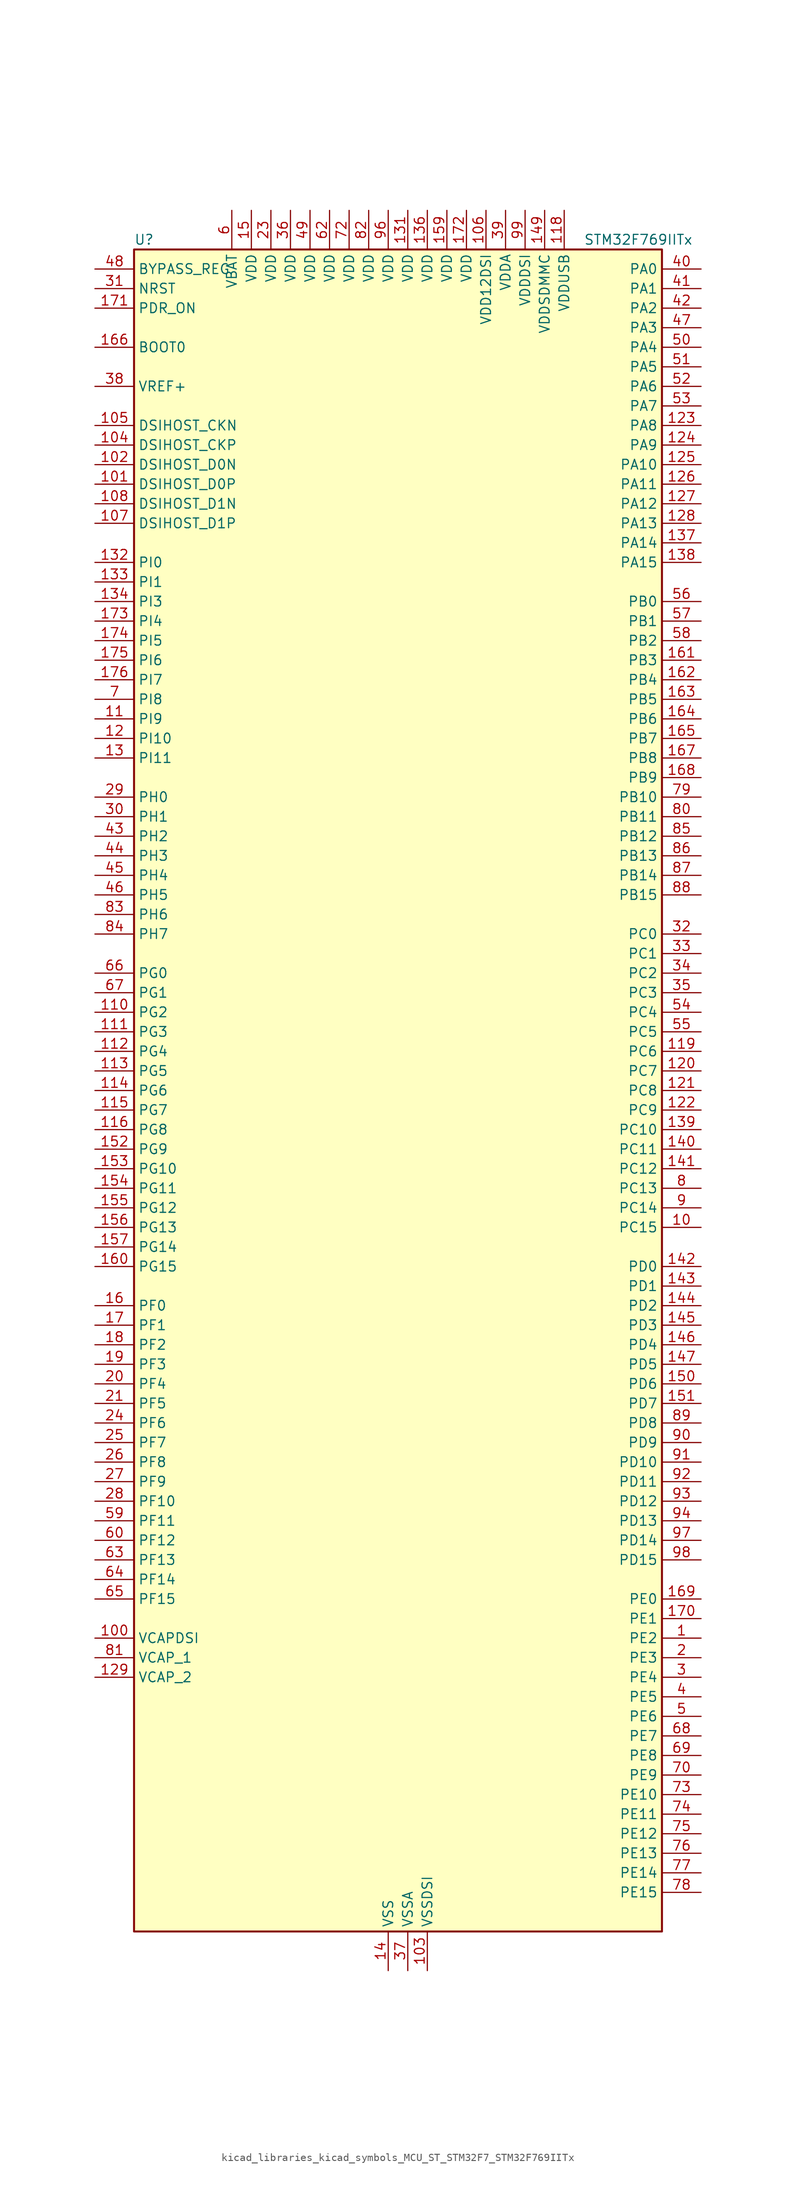
<source format=kicad_sym>
(kicad_symbol_lib
  (version 20220914)
  (generator kicad_symbol_editor)
  (symbol "kicad_libraries_kicad_symbols_MCU_ST_STM32F7_STM32F769IITx"
    (property "Reference" "U"
      (at -33.02 110.49 0)
      (effects (font (size 1.27 1.27)) (justify left)))
    (property "Value" "STM32F769IITx"
      (at 25.4 110.49 0)
      (effects (font (size 1.27 1.27)) (justify left)))
    (property "ki_locked" ""
      (at 0 0 0)
      (effects (font (size 1.27 1.27))))
    (symbol "kicad_libraries_kicad_symbols_MCU_ST_STM32F7_STM32F769IITx_0_1"
      (rectangle (start -33.02 -109.22) (end 35.56 109.22) (stroke (width 0.254) (type default)) (fill (type background))))
    (symbol "kicad_libraries_kicad_symbols_MCU_ST_STM32F7_STM32F769IITx_1_1"
      (pin bidirectional line (at 40.64 -71.12 180) (length 5.08) (name "PE2" (effects (font (size 1.27 1.27)))) (number "1" (effects (font (size 1.27 1.27)))) (alternate "ETH_TXD3" bidirectional line) (alternate "FMC_A23" bidirectional line) (alternate "QUADSPI_BK1_IO2" bidirectional line) (alternate "SAI1_MCLK_A" bidirectional line) (alternate "SPI4_SCK" bidirectional line) (alternate "SYS_TRACECLK" bidirectional line))
      (pin bidirectional line (at 40.64 -17.78 180) (length 5.08) (name "PC15" (effects (font (size 1.27 1.27)))) (number "10" (effects (font (size 1.27 1.27)))) (alternate "RCC_OSC32_OUT" bidirectional line))
      (pin power_out line (at -38.1 -71.12 0) (length 5.08) (name "VCAPDSI" (effects (font (size 1.27 1.27)))) (number "100" (effects (font (size 1.27 1.27)))))
      (pin bidirectional line (at -38.1 78.74 0) (length 5.08) (name "DSIHOST_D0P" (effects (font (size 1.27 1.27)))) (number "101" (effects (font (size 1.27 1.27)))) (alternate "DSIHOST_D0P" bidirectional line))
      (pin bidirectional line (at -38.1 81.28 0) (length 5.08) (name "DSIHOST_D0N" (effects (font (size 1.27 1.27)))) (number "102" (effects (font (size 1.27 1.27)))) (alternate "DSIHOST_D0N" bidirectional line))
      (pin power_in line (at 5.08 -114.3 90) (length 5.08) (name "VSSDSI" (effects (font (size 1.27 1.27)))) (number "103" (effects (font (size 1.27 1.27)))))
      (pin bidirectional line (at -38.1 83.82 0) (length 5.08) (name "DSIHOST_CKP" (effects (font (size 1.27 1.27)))) (number "104" (effects (font (size 1.27 1.27)))) (alternate "DSIHOST_CKP" bidirectional line))
      (pin bidirectional line (at -38.1 86.36 0) (length 5.08) (name "DSIHOST_CKN" (effects (font (size 1.27 1.27)))) (number "105" (effects (font (size 1.27 1.27)))) (alternate "DSIHOST_CKN" bidirectional line))
      (pin power_in line (at 12.7 114.3 270) (length 5.08) (name "VDD12DSI" (effects (font (size 1.27 1.27)))) (number "106" (effects (font (size 1.27 1.27)))))
      (pin bidirectional line (at -38.1 73.66 0) (length 5.08) (name "DSIHOST_D1P" (effects (font (size 1.27 1.27)))) (number "107" (effects (font (size 1.27 1.27)))) (alternate "DSIHOST_D1P" bidirectional line))
      (pin bidirectional line (at -38.1 76.2 0) (length 5.08) (name "DSIHOST_D1N" (effects (font (size 1.27 1.27)))) (number "108" (effects (font (size 1.27 1.27)))) (alternate "DSIHOST_D1N" bidirectional line))
      (pin passive line (at 5.08 -114.3 90) (length 5.08) hide (name "VSSDSI" (effects (font (size 1.27 1.27)))) (number "109" (effects (font (size 1.27 1.27)))))
      (pin bidirectional line (at -38.1 48.26 0) (length 5.08) (name "PI9" (effects (font (size 1.27 1.27)))) (number "11" (effects (font (size 1.27 1.27)))) (alternate "CAN1_RX" bidirectional line) (alternate "DAC_EXTI9" bidirectional line) (alternate "FMC_D30" bidirectional line) (alternate "LTDC_VSYNC" bidirectional line) (alternate "UART4_RX" bidirectional line))
      (pin bidirectional line (at -38.1 10.16 0) (length 5.08) (name "PG2" (effects (font (size 1.27 1.27)))) (number "110" (effects (font (size 1.27 1.27)))) (alternate "FMC_A12" bidirectional line))
      (pin bidirectional line (at -38.1 7.62 0) (length 5.08) (name "PG3" (effects (font (size 1.27 1.27)))) (number "111" (effects (font (size 1.27 1.27)))) (alternate "FMC_A13" bidirectional line))
      (pin bidirectional line (at -38.1 5.08 0) (length 5.08) (name "PG4" (effects (font (size 1.27 1.27)))) (number "112" (effects (font (size 1.27 1.27)))) (alternate "FMC_A14" bidirectional line) (alternate "FMC_BA0" bidirectional line))
      (pin bidirectional line (at -38.1 2.54 0) (length 5.08) (name "PG5" (effects (font (size 1.27 1.27)))) (number "113" (effects (font (size 1.27 1.27)))) (alternate "FMC_A15" bidirectional line) (alternate "FMC_BA1" bidirectional line))
      (pin bidirectional line (at -38.1 0 0) (length 5.08) (name "PG6" (effects (font (size 1.27 1.27)))) (number "114" (effects (font (size 1.27 1.27)))) (alternate "DCMI_D12" bidirectional line) (alternate "FMC_NE3" bidirectional line) (alternate "LTDC_R7" bidirectional line))
      (pin bidirectional line (at -38.1 -2.54 0) (length 5.08) (name "PG7" (effects (font (size 1.27 1.27)))) (number "115" (effects (font (size 1.27 1.27)))) (alternate "DCMI_D13" bidirectional line) (alternate "FMC_INT" bidirectional line) (alternate "LTDC_CLK" bidirectional line) (alternate "SAI1_MCLK_A" bidirectional line) (alternate "USART6_CK" bidirectional line))
      (pin bidirectional line (at -38.1 -5.08 0) (length 5.08) (name "PG8" (effects (font (size 1.27 1.27)))) (number "116" (effects (font (size 1.27 1.27)))) (alternate "ETH_PPS_OUT" bidirectional line) (alternate "FMC_SDCLK" bidirectional line) (alternate "LTDC_G7" bidirectional line) (alternate "SPDIFRX_IN2" bidirectional line) (alternate "SPI6_NSS" bidirectional line) (alternate "USART6_DE" bidirectional line) (alternate "USART6_RTS" bidirectional line))
      (pin passive line (at 0 -114.3 90) (length 5.08) hide (name "VSS" (effects (font (size 1.27 1.27)))) (number "117" (effects (font (size 1.27 1.27)))))
      (pin power_in line (at 22.86 114.3 270) (length 5.08) (name "VDDUSB" (effects (font (size 1.27 1.27)))) (number "118" (effects (font (size 1.27 1.27)))))
      (pin bidirectional line (at 40.64 5.08 180) (length 5.08) (name "PC6" (effects (font (size 1.27 1.27)))) (number "119" (effects (font (size 1.27 1.27)))) (alternate "DCMI_D0" bidirectional line) (alternate "DFSDM1_CKIN3" bidirectional line) (alternate "FMC_NWAIT" bidirectional line) (alternate "I2S2_MCK" bidirectional line) (alternate "LTDC_HSYNC" bidirectional line) (alternate "SDMMC1_D6" bidirectional line) (alternate "SDMMC2_D6" bidirectional line) (alternate "TIM3_CH1" bidirectional line) (alternate "TIM8_CH1" bidirectional line) (alternate "USART6_TX" bidirectional line))
      (pin bidirectional line (at -38.1 45.72 0) (length 5.08) (name "PI10" (effects (font (size 1.27 1.27)))) (number "12" (effects (font (size 1.27 1.27)))) (alternate "ETH_RX_ER" bidirectional line) (alternate "FMC_D31" bidirectional line) (alternate "LTDC_HSYNC" bidirectional line))
      (pin bidirectional line (at 40.64 2.54 180) (length 5.08) (name "PC7" (effects (font (size 1.27 1.27)))) (number "120" (effects (font (size 1.27 1.27)))) (alternate "DCMI_D1" bidirectional line) (alternate "DFSDM1_DATIN3" bidirectional line) (alternate "FMC_NE1" bidirectional line) (alternate "I2S3_MCK" bidirectional line) (alternate "LTDC_G6" bidirectional line) (alternate "SDMMC1_D7" bidirectional line) (alternate "SDMMC2_D7" bidirectional line) (alternate "TIM3_CH2" bidirectional line) (alternate "TIM8_CH2" bidirectional line) (alternate "USART6_RX" bidirectional line))
      (pin bidirectional line (at 40.64 0 180) (length 5.08) (name "PC8" (effects (font (size 1.27 1.27)))) (number "121" (effects (font (size 1.27 1.27)))) (alternate "DCMI_D2" bidirectional line) (alternate "FMC_NCE" bidirectional line) (alternate "FMC_NE2" bidirectional line) (alternate "SDMMC1_D0" bidirectional line) (alternate "SYS_TRACED1" bidirectional line) (alternate "TIM3_CH3" bidirectional line) (alternate "TIM8_CH3" bidirectional line) (alternate "UART5_DE" bidirectional line) (alternate "UART5_RTS" bidirectional line) (alternate "USART6_CK" bidirectional line))
      (pin bidirectional line (at 40.64 -2.54 180) (length 5.08) (name "PC9" (effects (font (size 1.27 1.27)))) (number "122" (effects (font (size 1.27 1.27)))) (alternate "DAC_EXTI9" bidirectional line) (alternate "DCMI_D3" bidirectional line) (alternate "I2C3_SDA" bidirectional line) (alternate "I2S_CKIN" bidirectional line) (alternate "LTDC_B2" bidirectional line) (alternate "LTDC_G3" bidirectional line) (alternate "QUADSPI_BK1_IO0" bidirectional line) (alternate "RCC_MCO_2" bidirectional line) (alternate "SDMMC1_D1" bidirectional line) (alternate "TIM3_CH4" bidirectional line) (alternate "TIM8_CH4" bidirectional line) (alternate "UART5_CTS" bidirectional line))
      (pin bidirectional line (at 40.64 86.36 180) (length 5.08) (name "PA8" (effects (font (size 1.27 1.27)))) (number "123" (effects (font (size 1.27 1.27)))) (alternate "CAN3_RX" bidirectional line) (alternate "I2C3_SCL" bidirectional line) (alternate "LTDC_B3" bidirectional line) (alternate "LTDC_R6" bidirectional line) (alternate "RCC_MCO_1" bidirectional line) (alternate "TIM1_CH1" bidirectional line) (alternate "TIM8_BKIN2" bidirectional line) (alternate "UART7_RX" bidirectional line) (alternate "USART1_CK" bidirectional line) (alternate "USB_OTG_FS_SOF" bidirectional line))
      (pin bidirectional line (at 40.64 83.82 180) (length 5.08) (name "PA9" (effects (font (size 1.27 1.27)))) (number "124" (effects (font (size 1.27 1.27)))) (alternate "DAC_EXTI9" bidirectional line) (alternate "DCMI_D0" bidirectional line) (alternate "I2C3_SMBA" bidirectional line) (alternate "I2S2_CK" bidirectional line) (alternate "LTDC_R5" bidirectional line) (alternate "SPI2_SCK" bidirectional line) (alternate "TIM1_CH2" bidirectional line) (alternate "USART1_TX" bidirectional line) (alternate "USB_OTG_FS_VBUS" bidirectional line))
      (pin bidirectional line (at 40.64 81.28 180) (length 5.08) (name "PA10" (effects (font (size 1.27 1.27)))) (number "125" (effects (font (size 1.27 1.27)))) (alternate "DCMI_D1" bidirectional line) (alternate "LTDC_B1" bidirectional line) (alternate "LTDC_B4" bidirectional line) (alternate "MDIOS_MDIO" bidirectional line) (alternate "TIM1_CH3" bidirectional line) (alternate "USART1_RX" bidirectional line) (alternate "USB_OTG_FS_ID" bidirectional line))
      (pin bidirectional line (at 40.64 78.74 180) (length 5.08) (name "PA11" (effects (font (size 1.27 1.27)))) (number "126" (effects (font (size 1.27 1.27)))) (alternate "ADC1_EXTI11" bidirectional line) (alternate "ADC2_EXTI11" bidirectional line) (alternate "ADC3_EXTI11" bidirectional line) (alternate "CAN1_RX" bidirectional line) (alternate "I2S2_WS" bidirectional line) (alternate "LTDC_R4" bidirectional line) (alternate "SPI2_NSS" bidirectional line) (alternate "TIM1_CH4" bidirectional line) (alternate "UART4_RX" bidirectional line) (alternate "USART1_CTS" bidirectional line) (alternate "USB_OTG_FS_DM" bidirectional line))
      (pin bidirectional line (at 40.64 76.2 180) (length 5.08) (name "PA12" (effects (font (size 1.27 1.27)))) (number "127" (effects (font (size 1.27 1.27)))) (alternate "CAN1_TX" bidirectional line) (alternate "I2S2_CK" bidirectional line) (alternate "LTDC_R5" bidirectional line) (alternate "SAI2_FS_B" bidirectional line) (alternate "SPI2_SCK" bidirectional line) (alternate "TIM1_ETR" bidirectional line) (alternate "UART4_TX" bidirectional line) (alternate "USART1_DE" bidirectional line) (alternate "USART1_RTS" bidirectional line) (alternate "USB_OTG_FS_DP" bidirectional line))
      (pin bidirectional line (at 40.64 73.66 180) (length 5.08) (name "PA13" (effects (font (size 1.27 1.27)))) (number "128" (effects (font (size 1.27 1.27)))) (alternate "SYS_JTMS-SWDIO" bidirectional line))
      (pin power_out line (at -38.1 -76.2 0) (length 5.08) (name "VCAP_2" (effects (font (size 1.27 1.27)))) (number "129" (effects (font (size 1.27 1.27)))))
      (pin bidirectional line (at -38.1 43.18 0) (length 5.08) (name "PI11" (effects (font (size 1.27 1.27)))) (number "13" (effects (font (size 1.27 1.27)))) (alternate "ADC1_EXTI11" bidirectional line) (alternate "ADC2_EXTI11" bidirectional line) (alternate "ADC3_EXTI11" bidirectional line) (alternate "LTDC_G6" bidirectional line) (alternate "SYS_WKUP6" bidirectional line) (alternate "USB_OTG_HS_ULPI_DIR" bidirectional line))
      (pin passive line (at 0 -114.3 90) (length 5.08) hide (name "VSS" (effects (font (size 1.27 1.27)))) (number "130" (effects (font (size 1.27 1.27)))))
      (pin power_in line (at 2.54 114.3 270) (length 5.08) (name "VDD" (effects (font (size 1.27 1.27)))) (number "131" (effects (font (size 1.27 1.27)))))
      (pin bidirectional line (at -38.1 68.58 0) (length 5.08) (name "PI0" (effects (font (size 1.27 1.27)))) (number "132" (effects (font (size 1.27 1.27)))) (alternate "DCMI_D13" bidirectional line) (alternate "FMC_D24" bidirectional line) (alternate "I2S2_WS" bidirectional line) (alternate "LTDC_G5" bidirectional line) (alternate "SPI2_NSS" bidirectional line) (alternate "TIM5_CH4" bidirectional line))
      (pin bidirectional line (at -38.1 66.04 0) (length 5.08) (name "PI1" (effects (font (size 1.27 1.27)))) (number "133" (effects (font (size 1.27 1.27)))) (alternate "DCMI_D8" bidirectional line) (alternate "FMC_D25" bidirectional line) (alternate "I2S2_CK" bidirectional line) (alternate "LTDC_G6" bidirectional line) (alternate "SPI2_SCK" bidirectional line) (alternate "TIM8_BKIN2" bidirectional line))
      (pin bidirectional line (at -38.1 63.5 0) (length 5.08) (name "PI3" (effects (font (size 1.27 1.27)))) (number "134" (effects (font (size 1.27 1.27)))) (alternate "DCMI_D10" bidirectional line) (alternate "FMC_D27" bidirectional line) (alternate "I2S2_SD" bidirectional line) (alternate "SPI2_MOSI" bidirectional line) (alternate "TIM8_ETR" bidirectional line))
      (pin passive line (at 0 -114.3 90) (length 5.08) hide (name "VSS" (effects (font (size 1.27 1.27)))) (number "135" (effects (font (size 1.27 1.27)))))
      (pin power_in line (at 5.08 114.3 270) (length 5.08) (name "VDD" (effects (font (size 1.27 1.27)))) (number "136" (effects (font (size 1.27 1.27)))))
      (pin bidirectional line (at 40.64 71.12 180) (length 5.08) (name "PA14" (effects (font (size 1.27 1.27)))) (number "137" (effects (font (size 1.27 1.27)))) (alternate "SYS_JTCK-SWCLK" bidirectional line))
      (pin bidirectional line (at 40.64 68.58 180) (length 5.08) (name "PA15" (effects (font (size 1.27 1.27)))) (number "138" (effects (font (size 1.27 1.27)))) (alternate "CAN3_TX" bidirectional line) (alternate "CEC" bidirectional line) (alternate "I2S1_WS" bidirectional line) (alternate "I2S3_WS" bidirectional line) (alternate "SPI1_NSS" bidirectional line) (alternate "SPI3_NSS" bidirectional line) (alternate "SPI6_NSS" bidirectional line) (alternate "SYS_JTDI" bidirectional line) (alternate "TIM2_CH1" bidirectional line) (alternate "TIM2_ETR" bidirectional line) (alternate "UART4_DE" bidirectional line) (alternate "UART4_RTS" bidirectional line) (alternate "UART7_TX" bidirectional line))
      (pin bidirectional line (at 40.64 -5.08 180) (length 5.08) (name "PC10" (effects (font (size 1.27 1.27)))) (number "139" (effects (font (size 1.27 1.27)))) (alternate "DCMI_D8" bidirectional line) (alternate "DFSDM1_CKIN5" bidirectional line) (alternate "I2S3_CK" bidirectional line) (alternate "LTDC_R2" bidirectional line) (alternate "QUADSPI_BK1_IO1" bidirectional line) (alternate "SDMMC1_D2" bidirectional line) (alternate "SPI3_SCK" bidirectional line) (alternate "UART4_TX" bidirectional line) (alternate "USART3_TX" bidirectional line))
      (pin power_in line (at 0 -114.3 90) (length 5.08) (name "VSS" (effects (font (size 1.27 1.27)))) (number "14" (effects (font (size 1.27 1.27)))))
      (pin bidirectional line (at 40.64 -7.62 180) (length 5.08) (name "PC11" (effects (font (size 1.27 1.27)))) (number "140" (effects (font (size 1.27 1.27)))) (alternate "ADC1_EXTI11" bidirectional line) (alternate "ADC2_EXTI11" bidirectional line) (alternate "ADC3_EXTI11" bidirectional line) (alternate "DCMI_D4" bidirectional line) (alternate "DFSDM1_DATIN5" bidirectional line) (alternate "QUADSPI_BK2_NCS" bidirectional line) (alternate "SDMMC1_D3" bidirectional line) (alternate "SPI3_MISO" bidirectional line) (alternate "UART4_RX" bidirectional line) (alternate "USART3_RX" bidirectional line))
      (pin bidirectional line (at 40.64 -10.16 180) (length 5.08) (name "PC12" (effects (font (size 1.27 1.27)))) (number "141" (effects (font (size 1.27 1.27)))) (alternate "DCMI_D9" bidirectional line) (alternate "I2S3_SD" bidirectional line) (alternate "SDMMC1_CK" bidirectional line) (alternate "SPI3_MOSI" bidirectional line) (alternate "SYS_TRACED3" bidirectional line) (alternate "UART5_TX" bidirectional line) (alternate "USART3_CK" bidirectional line))
      (pin bidirectional line (at 40.64 -22.86 180) (length 5.08) (name "PD0" (effects (font (size 1.27 1.27)))) (number "142" (effects (font (size 1.27 1.27)))) (alternate "CAN1_RX" bidirectional line) (alternate "DFSDM1_CKIN6" bidirectional line) (alternate "DFSDM1_DATIN7" bidirectional line) (alternate "FMC_D2" bidirectional line) (alternate "FMC_DA2" bidirectional line) (alternate "UART4_RX" bidirectional line))
      (pin bidirectional line (at 40.64 -25.4 180) (length 5.08) (name "PD1" (effects (font (size 1.27 1.27)))) (number "143" (effects (font (size 1.27 1.27)))) (alternate "CAN1_TX" bidirectional line) (alternate "DFSDM1_CKIN7" bidirectional line) (alternate "DFSDM1_DATIN6" bidirectional line) (alternate "FMC_D3" bidirectional line) (alternate "FMC_DA3" bidirectional line) (alternate "UART4_TX" bidirectional line))
      (pin bidirectional line (at 40.64 -27.94 180) (length 5.08) (name "PD2" (effects (font (size 1.27 1.27)))) (number "144" (effects (font (size 1.27 1.27)))) (alternate "DCMI_D11" bidirectional line) (alternate "SDMMC1_CMD" bidirectional line) (alternate "SYS_TRACED2" bidirectional line) (alternate "TIM3_ETR" bidirectional line) (alternate "UART5_RX" bidirectional line))
      (pin bidirectional line (at 40.64 -30.48 180) (length 5.08) (name "PD3" (effects (font (size 1.27 1.27)))) (number "145" (effects (font (size 1.27 1.27)))) (alternate "DCMI_D5" bidirectional line) (alternate "DFSDM1_CKOUT" bidirectional line) (alternate "DFSDM1_DATIN0" bidirectional line) (alternate "FMC_CLK" bidirectional line) (alternate "I2S2_CK" bidirectional line) (alternate "LTDC_G7" bidirectional line) (alternate "SPI2_SCK" bidirectional line) (alternate "USART2_CTS" bidirectional line))
      (pin bidirectional line (at 40.64 -33.02 180) (length 5.08) (name "PD4" (effects (font (size 1.27 1.27)))) (number "146" (effects (font (size 1.27 1.27)))) (alternate "DFSDM1_CKIN0" bidirectional line) (alternate "FMC_NOE" bidirectional line) (alternate "USART2_DE" bidirectional line) (alternate "USART2_RTS" bidirectional line))
      (pin bidirectional line (at 40.64 -35.56 180) (length 5.08) (name "PD5" (effects (font (size 1.27 1.27)))) (number "147" (effects (font (size 1.27 1.27)))) (alternate "FMC_NWE" bidirectional line) (alternate "USART2_TX" bidirectional line))
      (pin passive line (at 0 -114.3 90) (length 5.08) hide (name "VSS" (effects (font (size 1.27 1.27)))) (number "148" (effects (font (size 1.27 1.27)))))
      (pin power_in line (at 20.32 114.3 270) (length 5.08) (name "VDDSDMMC" (effects (font (size 1.27 1.27)))) (number "149" (effects (font (size 1.27 1.27)))))
      (pin power_in line (at -17.78 114.3 270) (length 5.08) (name "VDD" (effects (font (size 1.27 1.27)))) (number "15" (effects (font (size 1.27 1.27)))))
      (pin bidirectional line (at 40.64 -38.1 180) (length 5.08) (name "PD6" (effects (font (size 1.27 1.27)))) (number "150" (effects (font (size 1.27 1.27)))) (alternate "DCMI_D10" bidirectional line) (alternate "DFSDM1_CKIN4" bidirectional line) (alternate "DFSDM1_DATIN1" bidirectional line) (alternate "FMC_NWAIT" bidirectional line) (alternate "I2S3_SD" bidirectional line) (alternate "LTDC_B2" bidirectional line) (alternate "SAI1_SD_A" bidirectional line) (alternate "SDMMC2_CK" bidirectional line) (alternate "SPI3_MOSI" bidirectional line) (alternate "USART2_RX" bidirectional line))
      (pin bidirectional line (at 40.64 -40.64 180) (length 5.08) (name "PD7" (effects (font (size 1.27 1.27)))) (number "151" (effects (font (size 1.27 1.27)))) (alternate "DFSDM1_CKIN1" bidirectional line) (alternate "DFSDM1_DATIN4" bidirectional line) (alternate "FMC_NE1" bidirectional line) (alternate "I2S1_SD" bidirectional line) (alternate "SDMMC2_CMD" bidirectional line) (alternate "SPDIFRX_IN0" bidirectional line) (alternate "SPI1_MOSI" bidirectional line) (alternate "USART2_CK" bidirectional line))
      (pin bidirectional line (at -38.1 -7.62 0) (length 5.08) (name "PG9" (effects (font (size 1.27 1.27)))) (number "152" (effects (font (size 1.27 1.27)))) (alternate "DAC_EXTI9" bidirectional line) (alternate "DCMI_VSYNC" bidirectional line) (alternate "FMC_NCE" bidirectional line) (alternate "FMC_NE2" bidirectional line) (alternate "QUADSPI_BK2_IO2" bidirectional line) (alternate "SAI2_FS_B" bidirectional line) (alternate "SDMMC2_D0" bidirectional line) (alternate "SPDIFRX_IN3" bidirectional line) (alternate "SPI1_MISO" bidirectional line) (alternate "USART6_RX" bidirectional line))
      (pin bidirectional line (at -38.1 -10.16 0) (length 5.08) (name "PG10" (effects (font (size 1.27 1.27)))) (number "153" (effects (font (size 1.27 1.27)))) (alternate "DCMI_D2" bidirectional line) (alternate "FMC_NE3" bidirectional line) (alternate "I2S1_WS" bidirectional line) (alternate "LTDC_B2" bidirectional line) (alternate "LTDC_G3" bidirectional line) (alternate "SAI2_SD_B" bidirectional line) (alternate "SDMMC2_D1" bidirectional line) (alternate "SPI1_NSS" bidirectional line))
      (pin bidirectional line (at -38.1 -12.7 0) (length 5.08) (name "PG11" (effects (font (size 1.27 1.27)))) (number "154" (effects (font (size 1.27 1.27)))) (alternate "ADC1_EXTI11" bidirectional line) (alternate "ADC2_EXTI11" bidirectional line) (alternate "ADC3_EXTI11" bidirectional line) (alternate "DCMI_D3" bidirectional line) (alternate "ETH_TX_EN" bidirectional line) (alternate "I2S1_CK" bidirectional line) (alternate "LTDC_B3" bidirectional line) (alternate "SDMMC2_D2" bidirectional line) (alternate "SPDIFRX_IN0" bidirectional line) (alternate "SPI1_SCK" bidirectional line))
      (pin bidirectional line (at -38.1 -15.24 0) (length 5.08) (name "PG12" (effects (font (size 1.27 1.27)))) (number "155" (effects (font (size 1.27 1.27)))) (alternate "FMC_NE4" bidirectional line) (alternate "LPTIM1_IN1" bidirectional line) (alternate "LTDC_B1" bidirectional line) (alternate "LTDC_B4" bidirectional line) (alternate "SDMMC2_D3" bidirectional line) (alternate "SPDIFRX_IN1" bidirectional line) (alternate "SPI6_MISO" bidirectional line) (alternate "USART6_DE" bidirectional line) (alternate "USART6_RTS" bidirectional line))
      (pin bidirectional line (at -38.1 -17.78 0) (length 5.08) (name "PG13" (effects (font (size 1.27 1.27)))) (number "156" (effects (font (size 1.27 1.27)))) (alternate "ETH_TXD0" bidirectional line) (alternate "FMC_A24" bidirectional line) (alternate "LPTIM1_OUT" bidirectional line) (alternate "LTDC_R0" bidirectional line) (alternate "SPI6_SCK" bidirectional line) (alternate "SYS_TRACED0" bidirectional line) (alternate "USART6_CTS" bidirectional line))
      (pin bidirectional line (at -38.1 -20.32 0) (length 5.08) (name "PG14" (effects (font (size 1.27 1.27)))) (number "157" (effects (font (size 1.27 1.27)))) (alternate "ETH_TXD1" bidirectional line) (alternate "FMC_A25" bidirectional line) (alternate "LPTIM1_ETR" bidirectional line) (alternate "LTDC_B0" bidirectional line) (alternate "QUADSPI_BK2_IO3" bidirectional line) (alternate "SPI6_MOSI" bidirectional line) (alternate "SYS_TRACED1" bidirectional line) (alternate "USART6_TX" bidirectional line))
      (pin passive line (at 0 -114.3 90) (length 5.08) hide (name "VSS" (effects (font (size 1.27 1.27)))) (number "158" (effects (font (size 1.27 1.27)))))
      (pin power_in line (at 7.62 114.3 270) (length 5.08) (name "VDD" (effects (font (size 1.27 1.27)))) (number "159" (effects (font (size 1.27 1.27)))))
      (pin bidirectional line (at -38.1 -27.94 0) (length 5.08) (name "PF0" (effects (font (size 1.27 1.27)))) (number "16" (effects (font (size 1.27 1.27)))) (alternate "FMC_A0" bidirectional line) (alternate "I2C2_SDA" bidirectional line))
      (pin bidirectional line (at -38.1 -22.86 0) (length 5.08) (name "PG15" (effects (font (size 1.27 1.27)))) (number "160" (effects (font (size 1.27 1.27)))) (alternate "DCMI_D13" bidirectional line) (alternate "FMC_SDNCAS" bidirectional line) (alternate "USART6_CTS" bidirectional line))
      (pin bidirectional line (at 40.64 55.88 180) (length 5.08) (name "PB3" (effects (font (size 1.27 1.27)))) (number "161" (effects (font (size 1.27 1.27)))) (alternate "CAN3_RX" bidirectional line) (alternate "I2S1_CK" bidirectional line) (alternate "I2S3_CK" bidirectional line) (alternate "SDMMC2_D2" bidirectional line) (alternate "SPI1_SCK" bidirectional line) (alternate "SPI3_SCK" bidirectional line) (alternate "SPI6_SCK" bidirectional line) (alternate "SYS_JTDO-SWO" bidirectional line) (alternate "TIM2_CH2" bidirectional line) (alternate "UART7_RX" bidirectional line))
      (pin bidirectional line (at 40.64 53.34 180) (length 5.08) (name "PB4" (effects (font (size 1.27 1.27)))) (number "162" (effects (font (size 1.27 1.27)))) (alternate "CAN3_TX" bidirectional line) (alternate "I2S2_WS" bidirectional line) (alternate "SDMMC2_D3" bidirectional line) (alternate "SPI1_MISO" bidirectional line) (alternate "SPI2_NSS" bidirectional line) (alternate "SPI3_MISO" bidirectional line) (alternate "SPI6_MISO" bidirectional line) (alternate "SYS_JTRST" bidirectional line) (alternate "TIM3_CH1" bidirectional line) (alternate "UART7_TX" bidirectional line))
      (pin bidirectional line (at 40.64 50.8 180) (length 5.08) (name "PB5" (effects (font (size 1.27 1.27)))) (number "163" (effects (font (size 1.27 1.27)))) (alternate "CAN2_RX" bidirectional line) (alternate "DCMI_D10" bidirectional line) (alternate "ETH_PPS_OUT" bidirectional line) (alternate "FMC_SDCKE1" bidirectional line) (alternate "I2C1_SMBA" bidirectional line) (alternate "I2S1_SD" bidirectional line) (alternate "I2S3_SD" bidirectional line) (alternate "LTDC_G7" bidirectional line) (alternate "SPI1_MOSI" bidirectional line) (alternate "SPI3_MOSI" bidirectional line) (alternate "SPI6_MOSI" bidirectional line) (alternate "TIM3_CH2" bidirectional line) (alternate "UART5_RX" bidirectional line) (alternate "USB_OTG_HS_ULPI_D7" bidirectional line))
      (pin bidirectional line (at 40.64 48.26 180) (length 5.08) (name "PB6" (effects (font (size 1.27 1.27)))) (number "164" (effects (font (size 1.27 1.27)))) (alternate "CAN2_TX" bidirectional line) (alternate "CEC" bidirectional line) (alternate "DCMI_D5" bidirectional line) (alternate "DFSDM1_DATIN5" bidirectional line) (alternate "FMC_SDNE1" bidirectional line) (alternate "I2C1_SCL" bidirectional line) (alternate "I2C4_SCL" bidirectional line) (alternate "QUADSPI_BK1_NCS" bidirectional line) (alternate "TIM4_CH1" bidirectional line) (alternate "UART5_TX" bidirectional line) (alternate "USART1_TX" bidirectional line))
      (pin bidirectional line (at 40.64 45.72 180) (length 5.08) (name "PB7" (effects (font (size 1.27 1.27)))) (number "165" (effects (font (size 1.27 1.27)))) (alternate "DCMI_VSYNC" bidirectional line) (alternate "DFSDM1_CKIN5" bidirectional line) (alternate "FMC_NL" bidirectional line) (alternate "I2C1_SDA" bidirectional line) (alternate "I2C4_SDA" bidirectional line) (alternate "TIM4_CH2" bidirectional line) (alternate "USART1_RX" bidirectional line))
      (pin input line (at -38.1 96.52 0) (length 5.08) (name "BOOT0" (effects (font (size 1.27 1.27)))) (number "166" (effects (font (size 1.27 1.27)))))
      (pin bidirectional line (at 40.64 43.18 180) (length 5.08) (name "PB8" (effects (font (size 1.27 1.27)))) (number "167" (effects (font (size 1.27 1.27)))) (alternate "CAN1_RX" bidirectional line) (alternate "DCMI_D6" bidirectional line) (alternate "DFSDM1_CKIN7" bidirectional line) (alternate "ETH_TXD3" bidirectional line) (alternate "I2C1_SCL" bidirectional line) (alternate "I2C4_SCL" bidirectional line) (alternate "LTDC_B6" bidirectional line) (alternate "SDMMC1_D4" bidirectional line) (alternate "SDMMC2_D4" bidirectional line) (alternate "TIM10_CH1" bidirectional line) (alternate "TIM4_CH3" bidirectional line) (alternate "UART5_RX" bidirectional line))
      (pin bidirectional line (at 40.64 40.64 180) (length 5.08) (name "PB9" (effects (font (size 1.27 1.27)))) (number "168" (effects (font (size 1.27 1.27)))) (alternate "CAN1_TX" bidirectional line) (alternate "DAC_EXTI9" bidirectional line) (alternate "DCMI_D7" bidirectional line) (alternate "DFSDM1_DATIN7" bidirectional line) (alternate "I2C1_SDA" bidirectional line) (alternate "I2C4_SDA" bidirectional line) (alternate "I2C4_SMBA" bidirectional line) (alternate "I2S2_WS" bidirectional line) (alternate "LTDC_B7" bidirectional line) (alternate "SDMMC1_D5" bidirectional line) (alternate "SDMMC2_D5" bidirectional line) (alternate "SPI2_NSS" bidirectional line) (alternate "TIM11_CH1" bidirectional line) (alternate "TIM4_CH4" bidirectional line) (alternate "UART5_TX" bidirectional line))
      (pin bidirectional line (at 40.64 -66.04 180) (length 5.08) (name "PE0" (effects (font (size 1.27 1.27)))) (number "169" (effects (font (size 1.27 1.27)))) (alternate "DCMI_D2" bidirectional line) (alternate "FMC_NBL0" bidirectional line) (alternate "LPTIM1_ETR" bidirectional line) (alternate "SAI2_MCLK_A" bidirectional line) (alternate "TIM4_ETR" bidirectional line) (alternate "UART8_RX" bidirectional line))
      (pin bidirectional line (at -38.1 -30.48 0) (length 5.08) (name "PF1" (effects (font (size 1.27 1.27)))) (number "17" (effects (font (size 1.27 1.27)))) (alternate "FMC_A1" bidirectional line) (alternate "I2C2_SCL" bidirectional line))
      (pin bidirectional line (at 40.64 -68.58 180) (length 5.08) (name "PE1" (effects (font (size 1.27 1.27)))) (number "170" (effects (font (size 1.27 1.27)))) (alternate "DCMI_D3" bidirectional line) (alternate "FMC_NBL1" bidirectional line) (alternate "LPTIM1_IN2" bidirectional line) (alternate "UART8_TX" bidirectional line))
      (pin input line (at -38.1 101.6 0) (length 5.08) (name "PDR_ON" (effects (font (size 1.27 1.27)))) (number "171" (effects (font (size 1.27 1.27)))))
      (pin power_in line (at 10.16 114.3 270) (length 5.08) (name "VDD" (effects (font (size 1.27 1.27)))) (number "172" (effects (font (size 1.27 1.27)))))
      (pin bidirectional line (at -38.1 60.96 0) (length 5.08) (name "PI4" (effects (font (size 1.27 1.27)))) (number "173" (effects (font (size 1.27 1.27)))) (alternate "DCMI_D5" bidirectional line) (alternate "FMC_NBL2" bidirectional line) (alternate "LTDC_B4" bidirectional line) (alternate "SAI2_MCLK_A" bidirectional line) (alternate "TIM8_BKIN" bidirectional line))
      (pin bidirectional line (at -38.1 58.42 0) (length 5.08) (name "PI5" (effects (font (size 1.27 1.27)))) (number "174" (effects (font (size 1.27 1.27)))) (alternate "DCMI_VSYNC" bidirectional line) (alternate "FMC_NBL3" bidirectional line) (alternate "LTDC_B5" bidirectional line) (alternate "SAI2_SCK_A" bidirectional line) (alternate "TIM8_CH1" bidirectional line))
      (pin bidirectional line (at -38.1 55.88 0) (length 5.08) (name "PI6" (effects (font (size 1.27 1.27)))) (number "175" (effects (font (size 1.27 1.27)))) (alternate "DCMI_D6" bidirectional line) (alternate "FMC_D28" bidirectional line) (alternate "LTDC_B6" bidirectional line) (alternate "SAI2_SD_A" bidirectional line) (alternate "TIM8_CH2" bidirectional line))
      (pin bidirectional line (at -38.1 53.34 0) (length 5.08) (name "PI7" (effects (font (size 1.27 1.27)))) (number "176" (effects (font (size 1.27 1.27)))) (alternate "DCMI_D7" bidirectional line) (alternate "FMC_D29" bidirectional line) (alternate "LTDC_B7" bidirectional line) (alternate "SAI2_FS_A" bidirectional line) (alternate "TIM8_CH3" bidirectional line))
      (pin bidirectional line (at -38.1 -33.02 0) (length 5.08) (name "PF2" (effects (font (size 1.27 1.27)))) (number "18" (effects (font (size 1.27 1.27)))) (alternate "FMC_A2" bidirectional line) (alternate "I2C2_SMBA" bidirectional line))
      (pin bidirectional line (at -38.1 -35.56 0) (length 5.08) (name "PF3" (effects (font (size 1.27 1.27)))) (number "19" (effects (font (size 1.27 1.27)))) (alternate "ADC3_IN9" bidirectional line) (alternate "FMC_A3" bidirectional line))
      (pin bidirectional line (at 40.64 -73.66 180) (length 5.08) (name "PE3" (effects (font (size 1.27 1.27)))) (number "2" (effects (font (size 1.27 1.27)))) (alternate "FMC_A19" bidirectional line) (alternate "SAI1_SD_B" bidirectional line) (alternate "SYS_TRACED0" bidirectional line))
      (pin bidirectional line (at -38.1 -38.1 0) (length 5.08) (name "PF4" (effects (font (size 1.27 1.27)))) (number "20" (effects (font (size 1.27 1.27)))) (alternate "ADC3_IN14" bidirectional line) (alternate "FMC_A4" bidirectional line))
      (pin bidirectional line (at -38.1 -40.64 0) (length 5.08) (name "PF5" (effects (font (size 1.27 1.27)))) (number "21" (effects (font (size 1.27 1.27)))) (alternate "ADC3_IN15" bidirectional line) (alternate "FMC_A5" bidirectional line))
      (pin passive line (at 0 -114.3 90) (length 5.08) hide (name "VSS" (effects (font (size 1.27 1.27)))) (number "22" (effects (font (size 1.27 1.27)))))
      (pin power_in line (at -15.24 114.3 270) (length 5.08) (name "VDD" (effects (font (size 1.27 1.27)))) (number "23" (effects (font (size 1.27 1.27)))))
      (pin bidirectional line (at -38.1 -43.18 0) (length 5.08) (name "PF6" (effects (font (size 1.27 1.27)))) (number "24" (effects (font (size 1.27 1.27)))) (alternate "ADC3_IN4" bidirectional line) (alternate "QUADSPI_BK1_IO3" bidirectional line) (alternate "SAI1_SD_B" bidirectional line) (alternate "SPI5_NSS" bidirectional line) (alternate "TIM10_CH1" bidirectional line) (alternate "UART7_RX" bidirectional line))
      (pin bidirectional line (at -38.1 -45.72 0) (length 5.08) (name "PF7" (effects (font (size 1.27 1.27)))) (number "25" (effects (font (size 1.27 1.27)))) (alternate "ADC3_IN5" bidirectional line) (alternate "QUADSPI_BK1_IO2" bidirectional line) (alternate "SAI1_MCLK_B" bidirectional line) (alternate "SPI5_SCK" bidirectional line) (alternate "TIM11_CH1" bidirectional line) (alternate "UART7_TX" bidirectional line))
      (pin bidirectional line (at -38.1 -48.26 0) (length 5.08) (name "PF8" (effects (font (size 1.27 1.27)))) (number "26" (effects (font (size 1.27 1.27)))) (alternate "ADC3_IN6" bidirectional line) (alternate "QUADSPI_BK1_IO0" bidirectional line) (alternate "SAI1_SCK_B" bidirectional line) (alternate "SPI5_MISO" bidirectional line) (alternate "TIM13_CH1" bidirectional line) (alternate "UART7_DE" bidirectional line) (alternate "UART7_RTS" bidirectional line))
      (pin bidirectional line (at -38.1 -50.8 0) (length 5.08) (name "PF9" (effects (font (size 1.27 1.27)))) (number "27" (effects (font (size 1.27 1.27)))) (alternate "ADC3_IN7" bidirectional line) (alternate "DAC_EXTI9" bidirectional line) (alternate "QUADSPI_BK1_IO1" bidirectional line) (alternate "SAI1_FS_B" bidirectional line) (alternate "SPI5_MOSI" bidirectional line) (alternate "TIM14_CH1" bidirectional line) (alternate "UART7_CTS" bidirectional line))
      (pin bidirectional line (at -38.1 -53.34 0) (length 5.08) (name "PF10" (effects (font (size 1.27 1.27)))) (number "28" (effects (font (size 1.27 1.27)))) (alternate "ADC3_IN8" bidirectional line) (alternate "DCMI_D11" bidirectional line) (alternate "LTDC_DE" bidirectional line) (alternate "QUADSPI_CLK" bidirectional line))
      (pin bidirectional line (at -38.1 38.1 0) (length 5.08) (name "PH0" (effects (font (size 1.27 1.27)))) (number "29" (effects (font (size 1.27 1.27)))) (alternate "RCC_OSC_IN" bidirectional line))
      (pin bidirectional line (at 40.64 -76.2 180) (length 5.08) (name "PE4" (effects (font (size 1.27 1.27)))) (number "3" (effects (font (size 1.27 1.27)))) (alternate "DCMI_D4" bidirectional line) (alternate "DFSDM1_DATIN3" bidirectional line) (alternate "FMC_A20" bidirectional line) (alternate "LTDC_B0" bidirectional line) (alternate "SAI1_FS_A" bidirectional line) (alternate "SPI4_NSS" bidirectional line) (alternate "SYS_TRACED1" bidirectional line))
      (pin bidirectional line (at -38.1 35.56 0) (length 5.08) (name "PH1" (effects (font (size 1.27 1.27)))) (number "30" (effects (font (size 1.27 1.27)))) (alternate "RCC_OSC_OUT" bidirectional line))
      (pin input line (at -38.1 104.14 0) (length 5.08) (name "NRST" (effects (font (size 1.27 1.27)))) (number "31" (effects (font (size 1.27 1.27)))))
      (pin bidirectional line (at 40.64 20.32 180) (length 5.08) (name "PC0" (effects (font (size 1.27 1.27)))) (number "32" (effects (font (size 1.27 1.27)))) (alternate "ADC1_IN10" bidirectional line) (alternate "ADC2_IN10" bidirectional line) (alternate "ADC3_IN10" bidirectional line) (alternate "DFSDM1_CKIN0" bidirectional line) (alternate "DFSDM1_DATIN4" bidirectional line) (alternate "FMC_SDNWE" bidirectional line) (alternate "LTDC_R5" bidirectional line) (alternate "SAI2_FS_B" bidirectional line) (alternate "USB_OTG_HS_ULPI_STP" bidirectional line))
      (pin bidirectional line (at 40.64 17.78 180) (length 5.08) (name "PC1" (effects (font (size 1.27 1.27)))) (number "33" (effects (font (size 1.27 1.27)))) (alternate "ADC1_IN11" bidirectional line) (alternate "ADC2_IN11" bidirectional line) (alternate "ADC3_IN11" bidirectional line) (alternate "DFSDM1_CKIN4" bidirectional line) (alternate "DFSDM1_DATIN0" bidirectional line) (alternate "ETH_MDC" bidirectional line) (alternate "I2S2_SD" bidirectional line) (alternate "MDIOS_MDC" bidirectional line) (alternate "RTC_TAMP3" bidirectional line) (alternate "RTC_TS" bidirectional line) (alternate "SAI1_SD_A" bidirectional line) (alternate "SPI2_MOSI" bidirectional line) (alternate "SYS_TRACED0" bidirectional line) (alternate "SYS_WKUP3" bidirectional line))
      (pin bidirectional line (at 40.64 15.24 180) (length 5.08) (name "PC2" (effects (font (size 1.27 1.27)))) (number "34" (effects (font (size 1.27 1.27)))) (alternate "ADC1_IN12" bidirectional line) (alternate "ADC2_IN12" bidirectional line) (alternate "ADC3_IN12" bidirectional line) (alternate "DFSDM1_CKIN1" bidirectional line) (alternate "DFSDM1_CKOUT" bidirectional line) (alternate "ETH_TXD2" bidirectional line) (alternate "FMC_SDNE0" bidirectional line) (alternate "SPI2_MISO" bidirectional line) (alternate "USB_OTG_HS_ULPI_DIR" bidirectional line))
      (pin bidirectional line (at 40.64 12.7 180) (length 5.08) (name "PC3" (effects (font (size 1.27 1.27)))) (number "35" (effects (font (size 1.27 1.27)))) (alternate "ADC1_IN13" bidirectional line) (alternate "ADC2_IN13" bidirectional line) (alternate "ADC3_IN13" bidirectional line) (alternate "DFSDM1_DATIN1" bidirectional line) (alternate "ETH_TX_CLK" bidirectional line) (alternate "FMC_SDCKE0" bidirectional line) (alternate "I2S2_SD" bidirectional line) (alternate "SPI2_MOSI" bidirectional line) (alternate "USB_OTG_HS_ULPI_NXT" bidirectional line))
      (pin power_in line (at -12.7 114.3 270) (length 5.08) (name "VDD" (effects (font (size 1.27 1.27)))) (number "36" (effects (font (size 1.27 1.27)))))
      (pin power_in line (at 2.54 -114.3 90) (length 5.08) (name "VSSA" (effects (font (size 1.27 1.27)))) (number "37" (effects (font (size 1.27 1.27)))))
      (pin input line (at -38.1 91.44 0) (length 5.08) (name "VREF+" (effects (font (size 1.27 1.27)))) (number "38" (effects (font (size 1.27 1.27)))))
      (pin power_in line (at 15.24 114.3 270) (length 5.08) (name "VDDA" (effects (font (size 1.27 1.27)))) (number "39" (effects (font (size 1.27 1.27)))))
      (pin bidirectional line (at 40.64 -78.74 180) (length 5.08) (name "PE5" (effects (font (size 1.27 1.27)))) (number "4" (effects (font (size 1.27 1.27)))) (alternate "DCMI_D6" bidirectional line) (alternate "DFSDM1_CKIN3" bidirectional line) (alternate "FMC_A21" bidirectional line) (alternate "LTDC_G0" bidirectional line) (alternate "SAI1_SCK_A" bidirectional line) (alternate "SPI4_MISO" bidirectional line) (alternate "SYS_TRACED2" bidirectional line) (alternate "TIM9_CH1" bidirectional line))
      (pin bidirectional line (at 40.64 106.68 180) (length 5.08) (name "PA0" (effects (font (size 1.27 1.27)))) (number "40" (effects (font (size 1.27 1.27)))) (alternate "ADC1_IN0" bidirectional line) (alternate "ADC2_IN0" bidirectional line) (alternate "ADC3_IN0" bidirectional line) (alternate "ETH_CRS" bidirectional line) (alternate "SAI2_SD_B" bidirectional line) (alternate "SYS_WKUP1" bidirectional line) (alternate "TIM2_CH1" bidirectional line) (alternate "TIM2_ETR" bidirectional line) (alternate "TIM5_CH1" bidirectional line) (alternate "TIM8_ETR" bidirectional line) (alternate "UART4_TX" bidirectional line) (alternate "USART2_CTS" bidirectional line))
      (pin bidirectional line (at 40.64 104.14 180) (length 5.08) (name "PA1" (effects (font (size 1.27 1.27)))) (number "41" (effects (font (size 1.27 1.27)))) (alternate "ADC1_IN1" bidirectional line) (alternate "ADC2_IN1" bidirectional line) (alternate "ADC3_IN1" bidirectional line) (alternate "ETH_REF_CLK" bidirectional line) (alternate "ETH_RX_CLK" bidirectional line) (alternate "LTDC_R2" bidirectional line) (alternate "QUADSPI_BK1_IO3" bidirectional line) (alternate "SAI2_MCLK_B" bidirectional line) (alternate "TIM2_CH2" bidirectional line) (alternate "TIM5_CH2" bidirectional line) (alternate "UART4_RX" bidirectional line) (alternate "USART2_DE" bidirectional line) (alternate "USART2_RTS" bidirectional line))
      (pin bidirectional line (at 40.64 101.6 180) (length 5.08) (name "PA2" (effects (font (size 1.27 1.27)))) (number "42" (effects (font (size 1.27 1.27)))) (alternate "ADC1_IN2" bidirectional line) (alternate "ADC2_IN2" bidirectional line) (alternate "ADC3_IN2" bidirectional line) (alternate "ETH_MDIO" bidirectional line) (alternate "LTDC_R1" bidirectional line) (alternate "MDIOS_MDIO" bidirectional line) (alternate "SAI2_SCK_B" bidirectional line) (alternate "SYS_WKUP2" bidirectional line) (alternate "TIM2_CH3" bidirectional line) (alternate "TIM5_CH3" bidirectional line) (alternate "TIM9_CH1" bidirectional line) (alternate "USART2_TX" bidirectional line))
      (pin bidirectional line (at -38.1 33.02 0) (length 5.08) (name "PH2" (effects (font (size 1.27 1.27)))) (number "43" (effects (font (size 1.27 1.27)))) (alternate "ETH_CRS" bidirectional line) (alternate "FMC_SDCKE0" bidirectional line) (alternate "LPTIM1_IN2" bidirectional line) (alternate "LTDC_R0" bidirectional line) (alternate "QUADSPI_BK2_IO0" bidirectional line) (alternate "SAI2_SCK_B" bidirectional line))
      (pin bidirectional line (at -38.1 30.48 0) (length 5.08) (name "PH3" (effects (font (size 1.27 1.27)))) (number "44" (effects (font (size 1.27 1.27)))) (alternate "ETH_COL" bidirectional line) (alternate "FMC_SDNE0" bidirectional line) (alternate "LTDC_R1" bidirectional line) (alternate "QUADSPI_BK2_IO1" bidirectional line) (alternate "SAI2_MCLK_B" bidirectional line))
      (pin bidirectional line (at -38.1 27.94 0) (length 5.08) (name "PH4" (effects (font (size 1.27 1.27)))) (number "45" (effects (font (size 1.27 1.27)))) (alternate "I2C2_SCL" bidirectional line) (alternate "LTDC_G4" bidirectional line) (alternate "LTDC_G5" bidirectional line) (alternate "USB_OTG_HS_ULPI_NXT" bidirectional line))
      (pin bidirectional line (at -38.1 25.4 0) (length 5.08) (name "PH5" (effects (font (size 1.27 1.27)))) (number "46" (effects (font (size 1.27 1.27)))) (alternate "FMC_SDNWE" bidirectional line) (alternate "I2C2_SDA" bidirectional line) (alternate "SPI5_NSS" bidirectional line))
      (pin bidirectional line (at 40.64 99.06 180) (length 5.08) (name "PA3" (effects (font (size 1.27 1.27)))) (number "47" (effects (font (size 1.27 1.27)))) (alternate "ADC1_IN3" bidirectional line) (alternate "ADC2_IN3" bidirectional line) (alternate "ADC3_IN3" bidirectional line) (alternate "ETH_COL" bidirectional line) (alternate "LTDC_B2" bidirectional line) (alternate "LTDC_B5" bidirectional line) (alternate "TIM2_CH4" bidirectional line) (alternate "TIM5_CH4" bidirectional line) (alternate "TIM9_CH2" bidirectional line) (alternate "USART2_RX" bidirectional line) (alternate "USB_OTG_HS_ULPI_D0" bidirectional line))
      (pin input line (at -38.1 106.68 0) (length 5.08) (name "BYPASS_REG" (effects (font (size 1.27 1.27)))) (number "48" (effects (font (size 1.27 1.27)))))
      (pin power_in line (at -10.16 114.3 270) (length 5.08) (name "VDD" (effects (font (size 1.27 1.27)))) (number "49" (effects (font (size 1.27 1.27)))))
      (pin bidirectional line (at 40.64 -81.28 180) (length 5.08) (name "PE6" (effects (font (size 1.27 1.27)))) (number "5" (effects (font (size 1.27 1.27)))) (alternate "DCMI_D7" bidirectional line) (alternate "FMC_A22" bidirectional line) (alternate "LTDC_G1" bidirectional line) (alternate "SAI1_SD_A" bidirectional line) (alternate "SAI2_MCLK_B" bidirectional line) (alternate "SPI4_MOSI" bidirectional line) (alternate "SYS_TRACED3" bidirectional line) (alternate "TIM1_BKIN2" bidirectional line) (alternate "TIM9_CH2" bidirectional line))
      (pin bidirectional line (at 40.64 96.52 180) (length 5.08) (name "PA4" (effects (font (size 1.27 1.27)))) (number "50" (effects (font (size 1.27 1.27)))) (alternate "ADC1_IN4" bidirectional line) (alternate "ADC2_IN4" bidirectional line) (alternate "DAC_OUT1" bidirectional line) (alternate "DCMI_HSYNC" bidirectional line) (alternate "I2S1_WS" bidirectional line) (alternate "I2S3_WS" bidirectional line) (alternate "LTDC_VSYNC" bidirectional line) (alternate "SPI1_NSS" bidirectional line) (alternate "SPI3_NSS" bidirectional line) (alternate "SPI6_NSS" bidirectional line) (alternate "USART2_CK" bidirectional line) (alternate "USB_OTG_HS_SOF" bidirectional line))
      (pin bidirectional line (at 40.64 93.98 180) (length 5.08) (name "PA5" (effects (font (size 1.27 1.27)))) (number "51" (effects (font (size 1.27 1.27)))) (alternate "ADC1_IN5" bidirectional line) (alternate "ADC2_IN5" bidirectional line) (alternate "DAC_OUT2" bidirectional line) (alternate "I2S1_CK" bidirectional line) (alternate "LTDC_R4" bidirectional line) (alternate "SPI1_SCK" bidirectional line) (alternate "SPI6_SCK" bidirectional line) (alternate "TIM2_CH1" bidirectional line) (alternate "TIM2_ETR" bidirectional line) (alternate "TIM8_CH1N" bidirectional line) (alternate "USB_OTG_HS_ULPI_CK" bidirectional line))
      (pin bidirectional line (at 40.64 91.44 180) (length 5.08) (name "PA6" (effects (font (size 1.27 1.27)))) (number "52" (effects (font (size 1.27 1.27)))) (alternate "ADC1_IN6" bidirectional line) (alternate "ADC2_IN6" bidirectional line) (alternate "DCMI_PIXCLK" bidirectional line) (alternate "LTDC_G2" bidirectional line) (alternate "MDIOS_MDC" bidirectional line) (alternate "SPI1_MISO" bidirectional line) (alternate "SPI6_MISO" bidirectional line) (alternate "TIM13_CH1" bidirectional line) (alternate "TIM1_BKIN" bidirectional line) (alternate "TIM3_CH1" bidirectional line) (alternate "TIM8_BKIN" bidirectional line))
      (pin bidirectional line (at 40.64 88.9 180) (length 5.08) (name "PA7" (effects (font (size 1.27 1.27)))) (number "53" (effects (font (size 1.27 1.27)))) (alternate "ADC1_IN7" bidirectional line) (alternate "ADC2_IN7" bidirectional line) (alternate "ETH_CRS_DV" bidirectional line) (alternate "ETH_RX_DV" bidirectional line) (alternate "FMC_SDNWE" bidirectional line) (alternate "I2S1_SD" bidirectional line) (alternate "SPI1_MOSI" bidirectional line) (alternate "SPI6_MOSI" bidirectional line) (alternate "TIM14_CH1" bidirectional line) (alternate "TIM1_CH1N" bidirectional line) (alternate "TIM3_CH2" bidirectional line) (alternate "TIM8_CH1N" bidirectional line))
      (pin bidirectional line (at 40.64 10.16 180) (length 5.08) (name "PC4" (effects (font (size 1.27 1.27)))) (number "54" (effects (font (size 1.27 1.27)))) (alternate "ADC1_IN14" bidirectional line) (alternate "ADC2_IN14" bidirectional line) (alternate "DFSDM1_CKIN2" bidirectional line) (alternate "ETH_RXD0" bidirectional line) (alternate "FMC_SDNE0" bidirectional line) (alternate "I2S1_MCK" bidirectional line) (alternate "SPDIFRX_IN2" bidirectional line))
      (pin bidirectional line (at 40.64 7.62 180) (length 5.08) (name "PC5" (effects (font (size 1.27 1.27)))) (number "55" (effects (font (size 1.27 1.27)))) (alternate "ADC1_IN15" bidirectional line) (alternate "ADC2_IN15" bidirectional line) (alternate "DFSDM1_DATIN2" bidirectional line) (alternate "ETH_RXD1" bidirectional line) (alternate "FMC_SDCKE0" bidirectional line) (alternate "SPDIFRX_IN3" bidirectional line))
      (pin bidirectional line (at 40.64 63.5 180) (length 5.08) (name "PB0" (effects (font (size 1.27 1.27)))) (number "56" (effects (font (size 1.27 1.27)))) (alternate "ADC1_IN8" bidirectional line) (alternate "ADC2_IN8" bidirectional line) (alternate "DFSDM1_CKOUT" bidirectional line) (alternate "ETH_RXD2" bidirectional line) (alternate "LTDC_G1" bidirectional line) (alternate "LTDC_R3" bidirectional line) (alternate "TIM1_CH2N" bidirectional line) (alternate "TIM3_CH3" bidirectional line) (alternate "TIM8_CH2N" bidirectional line) (alternate "UART4_CTS" bidirectional line) (alternate "USB_OTG_HS_ULPI_D1" bidirectional line))
      (pin bidirectional line (at 40.64 60.96 180) (length 5.08) (name "PB1" (effects (font (size 1.27 1.27)))) (number "57" (effects (font (size 1.27 1.27)))) (alternate "ADC1_IN9" bidirectional line) (alternate "ADC2_IN9" bidirectional line) (alternate "DFSDM1_DATIN1" bidirectional line) (alternate "ETH_RXD3" bidirectional line) (alternate "LTDC_G0" bidirectional line) (alternate "LTDC_R6" bidirectional line) (alternate "TIM1_CH3N" bidirectional line) (alternate "TIM3_CH4" bidirectional line) (alternate "TIM8_CH3N" bidirectional line) (alternate "USB_OTG_HS_ULPI_D2" bidirectional line))
      (pin bidirectional line (at 40.64 58.42 180) (length 5.08) (name "PB2" (effects (font (size 1.27 1.27)))) (number "58" (effects (font (size 1.27 1.27)))) (alternate "DFSDM1_CKIN1" bidirectional line) (alternate "I2S3_SD" bidirectional line) (alternate "QUADSPI_CLK" bidirectional line) (alternate "SAI1_SD_A" bidirectional line) (alternate "SPI3_MOSI" bidirectional line))
      (pin bidirectional line (at -38.1 -55.88 0) (length 5.08) (name "PF11" (effects (font (size 1.27 1.27)))) (number "59" (effects (font (size 1.27 1.27)))) (alternate "ADC1_EXTI11" bidirectional line) (alternate "ADC2_EXTI11" bidirectional line) (alternate "ADC3_EXTI11" bidirectional line) (alternate "DCMI_D12" bidirectional line) (alternate "FMC_SDNRAS" bidirectional line) (alternate "SAI2_SD_B" bidirectional line) (alternate "SPI5_MOSI" bidirectional line))
      (pin power_in line (at -20.32 114.3 270) (length 5.08) (name "VBAT" (effects (font (size 1.27 1.27)))) (number "6" (effects (font (size 1.27 1.27)))))
      (pin bidirectional line (at -38.1 -58.42 0) (length 5.08) (name "PF12" (effects (font (size 1.27 1.27)))) (number "60" (effects (font (size 1.27 1.27)))) (alternate "FMC_A6" bidirectional line))
      (pin passive line (at 0 -114.3 90) (length 5.08) hide (name "VSS" (effects (font (size 1.27 1.27)))) (number "61" (effects (font (size 1.27 1.27)))))
      (pin power_in line (at -7.62 114.3 270) (length 5.08) (name "VDD" (effects (font (size 1.27 1.27)))) (number "62" (effects (font (size 1.27 1.27)))))
      (pin bidirectional line (at -38.1 -60.96 0) (length 5.08) (name "PF13" (effects (font (size 1.27 1.27)))) (number "63" (effects (font (size 1.27 1.27)))) (alternate "DFSDM1_DATIN6" bidirectional line) (alternate "FMC_A7" bidirectional line) (alternate "I2C4_SMBA" bidirectional line))
      (pin bidirectional line (at -38.1 -63.5 0) (length 5.08) (name "PF14" (effects (font (size 1.27 1.27)))) (number "64" (effects (font (size 1.27 1.27)))) (alternate "DFSDM1_CKIN6" bidirectional line) (alternate "FMC_A8" bidirectional line) (alternate "I2C4_SCL" bidirectional line))
      (pin bidirectional line (at -38.1 -66.04 0) (length 5.08) (name "PF15" (effects (font (size 1.27 1.27)))) (number "65" (effects (font (size 1.27 1.27)))) (alternate "FMC_A9" bidirectional line) (alternate "I2C4_SDA" bidirectional line))
      (pin bidirectional line (at -38.1 15.24 0) (length 5.08) (name "PG0" (effects (font (size 1.27 1.27)))) (number "66" (effects (font (size 1.27 1.27)))) (alternate "FMC_A10" bidirectional line))
      (pin bidirectional line (at -38.1 12.7 0) (length 5.08) (name "PG1" (effects (font (size 1.27 1.27)))) (number "67" (effects (font (size 1.27 1.27)))) (alternate "FMC_A11" bidirectional line))
      (pin bidirectional line (at 40.64 -83.82 180) (length 5.08) (name "PE7" (effects (font (size 1.27 1.27)))) (number "68" (effects (font (size 1.27 1.27)))) (alternate "DFSDM1_DATIN2" bidirectional line) (alternate "FMC_D4" bidirectional line) (alternate "FMC_DA4" bidirectional line) (alternate "QUADSPI_BK2_IO0" bidirectional line) (alternate "TIM1_ETR" bidirectional line) (alternate "UART7_RX" bidirectional line))
      (pin bidirectional line (at 40.64 -86.36 180) (length 5.08) (name "PE8" (effects (font (size 1.27 1.27)))) (number "69" (effects (font (size 1.27 1.27)))) (alternate "DFSDM1_CKIN2" bidirectional line) (alternate "FMC_D5" bidirectional line) (alternate "FMC_DA5" bidirectional line) (alternate "QUADSPI_BK2_IO1" bidirectional line) (alternate "TIM1_CH1N" bidirectional line) (alternate "UART7_TX" bidirectional line))
      (pin bidirectional line (at -38.1 50.8 0) (length 5.08) (name "PI8" (effects (font (size 1.27 1.27)))) (number "7" (effects (font (size 1.27 1.27)))) (alternate "RTC_TAMP2" bidirectional line) (alternate "RTC_TS" bidirectional line) (alternate "SYS_WKUP5" bidirectional line))
      (pin bidirectional line (at 40.64 -88.9 180) (length 5.08) (name "PE9" (effects (font (size 1.27 1.27)))) (number "70" (effects (font (size 1.27 1.27)))) (alternate "DAC_EXTI9" bidirectional line) (alternate "DFSDM1_CKOUT" bidirectional line) (alternate "FMC_D6" bidirectional line) (alternate "FMC_DA6" bidirectional line) (alternate "QUADSPI_BK2_IO2" bidirectional line) (alternate "TIM1_CH1" bidirectional line) (alternate "UART7_DE" bidirectional line) (alternate "UART7_RTS" bidirectional line))
      (pin passive line (at 0 -114.3 90) (length 5.08) hide (name "VSS" (effects (font (size 1.27 1.27)))) (number "71" (effects (font (size 1.27 1.27)))))
      (pin power_in line (at -5.08 114.3 270) (length 5.08) (name "VDD" (effects (font (size 1.27 1.27)))) (number "72" (effects (font (size 1.27 1.27)))))
      (pin bidirectional line (at 40.64 -91.44 180) (length 5.08) (name "PE10" (effects (font (size 1.27 1.27)))) (number "73" (effects (font (size 1.27 1.27)))) (alternate "DFSDM1_DATIN4" bidirectional line) (alternate "FMC_D7" bidirectional line) (alternate "FMC_DA7" bidirectional line) (alternate "QUADSPI_BK2_IO3" bidirectional line) (alternate "TIM1_CH2N" bidirectional line) (alternate "UART7_CTS" bidirectional line))
      (pin bidirectional line (at 40.64 -93.98 180) (length 5.08) (name "PE11" (effects (font (size 1.27 1.27)))) (number "74" (effects (font (size 1.27 1.27)))) (alternate "ADC1_EXTI11" bidirectional line) (alternate "ADC2_EXTI11" bidirectional line) (alternate "ADC3_EXTI11" bidirectional line) (alternate "DFSDM1_CKIN4" bidirectional line) (alternate "FMC_D8" bidirectional line) (alternate "FMC_DA8" bidirectional line) (alternate "LTDC_G3" bidirectional line) (alternate "SAI2_SD_B" bidirectional line) (alternate "SPI4_NSS" bidirectional line) (alternate "TIM1_CH2" bidirectional line))
      (pin bidirectional line (at 40.64 -96.52 180) (length 5.08) (name "PE12" (effects (font (size 1.27 1.27)))) (number "75" (effects (font (size 1.27 1.27)))) (alternate "DFSDM1_DATIN5" bidirectional line) (alternate "FMC_D9" bidirectional line) (alternate "FMC_DA9" bidirectional line) (alternate "LTDC_B4" bidirectional line) (alternate "SAI2_SCK_B" bidirectional line) (alternate "SPI4_SCK" bidirectional line) (alternate "TIM1_CH3N" bidirectional line))
      (pin bidirectional line (at 40.64 -99.06 180) (length 5.08) (name "PE13" (effects (font (size 1.27 1.27)))) (number "76" (effects (font (size 1.27 1.27)))) (alternate "DFSDM1_CKIN5" bidirectional line) (alternate "FMC_D10" bidirectional line) (alternate "FMC_DA10" bidirectional line) (alternate "LTDC_DE" bidirectional line) (alternate "SAI2_FS_B" bidirectional line) (alternate "SPI4_MISO" bidirectional line) (alternate "TIM1_CH3" bidirectional line))
      (pin bidirectional line (at 40.64 -101.6 180) (length 5.08) (name "PE14" (effects (font (size 1.27 1.27)))) (number "77" (effects (font (size 1.27 1.27)))) (alternate "FMC_D11" bidirectional line) (alternate "FMC_DA11" bidirectional line) (alternate "LTDC_CLK" bidirectional line) (alternate "SAI2_MCLK_B" bidirectional line) (alternate "SPI4_MOSI" bidirectional line) (alternate "TIM1_CH4" bidirectional line))
      (pin bidirectional line (at 40.64 -104.14 180) (length 5.08) (name "PE15" (effects (font (size 1.27 1.27)))) (number "78" (effects (font (size 1.27 1.27)))) (alternate "FMC_D12" bidirectional line) (alternate "FMC_DA12" bidirectional line) (alternate "LTDC_R7" bidirectional line) (alternate "TIM1_BKIN" bidirectional line))
      (pin bidirectional line (at 40.64 38.1 180) (length 5.08) (name "PB10" (effects (font (size 1.27 1.27)))) (number "79" (effects (font (size 1.27 1.27)))) (alternate "DFSDM1_DATIN7" bidirectional line) (alternate "ETH_RX_ER" bidirectional line) (alternate "I2C2_SCL" bidirectional line) (alternate "I2S2_CK" bidirectional line) (alternate "LTDC_G4" bidirectional line) (alternate "QUADSPI_BK1_NCS" bidirectional line) (alternate "SPI2_SCK" bidirectional line) (alternate "TIM2_CH3" bidirectional line) (alternate "USART3_TX" bidirectional line) (alternate "USB_OTG_HS_ULPI_D3" bidirectional line))
      (pin bidirectional line (at 40.64 -12.7 180) (length 5.08) (name "PC13" (effects (font (size 1.27 1.27)))) (number "8" (effects (font (size 1.27 1.27)))) (alternate "RTC_OUT" bidirectional line) (alternate "RTC_TAMP1" bidirectional line) (alternate "RTC_TS" bidirectional line) (alternate "SYS_WKUP4" bidirectional line))
      (pin bidirectional line (at 40.64 35.56 180) (length 5.08) (name "PB11" (effects (font (size 1.27 1.27)))) (number "80" (effects (font (size 1.27 1.27)))) (alternate "ADC1_EXTI11" bidirectional line) (alternate "ADC2_EXTI11" bidirectional line) (alternate "ADC3_EXTI11" bidirectional line) (alternate "DFSDM1_CKIN7" bidirectional line) (alternate "DSIHOST_TE" bidirectional line) (alternate "ETH_TX_EN" bidirectional line) (alternate "I2C2_SDA" bidirectional line) (alternate "LTDC_G5" bidirectional line) (alternate "TIM2_CH4" bidirectional line) (alternate "USART3_RX" bidirectional line) (alternate "USB_OTG_HS_ULPI_D4" bidirectional line))
      (pin power_out line (at -38.1 -73.66 0) (length 5.08) (name "VCAP_1" (effects (font (size 1.27 1.27)))) (number "81" (effects (font (size 1.27 1.27)))))
      (pin power_in line (at -2.54 114.3 270) (length 5.08) (name "VDD" (effects (font (size 1.27 1.27)))) (number "82" (effects (font (size 1.27 1.27)))))
      (pin bidirectional line (at -38.1 22.86 0) (length 5.08) (name "PH6" (effects (font (size 1.27 1.27)))) (number "83" (effects (font (size 1.27 1.27)))) (alternate "DCMI_D8" bidirectional line) (alternate "ETH_RXD2" bidirectional line) (alternate "FMC_SDNE1" bidirectional line) (alternate "I2C2_SMBA" bidirectional line) (alternate "SPI5_SCK" bidirectional line) (alternate "TIM12_CH1" bidirectional line))
      (pin bidirectional line (at -38.1 20.32 0) (length 5.08) (name "PH7" (effects (font (size 1.27 1.27)))) (number "84" (effects (font (size 1.27 1.27)))) (alternate "DCMI_D9" bidirectional line) (alternate "ETH_RXD3" bidirectional line) (alternate "FMC_SDCKE1" bidirectional line) (alternate "I2C3_SCL" bidirectional line) (alternate "SPI5_MISO" bidirectional line))
      (pin bidirectional line (at 40.64 33.02 180) (length 5.08) (name "PB12" (effects (font (size 1.27 1.27)))) (number "85" (effects (font (size 1.27 1.27)))) (alternate "CAN2_RX" bidirectional line) (alternate "DFSDM1_DATIN1" bidirectional line) (alternate "ETH_TXD0" bidirectional line) (alternate "I2C2_SMBA" bidirectional line) (alternate "I2S2_WS" bidirectional line) (alternate "SPI2_NSS" bidirectional line) (alternate "TIM1_BKIN" bidirectional line) (alternate "UART5_RX" bidirectional line) (alternate "USART3_CK" bidirectional line) (alternate "USB_OTG_HS_ID" bidirectional line) (alternate "USB_OTG_HS_ULPI_D5" bidirectional line))
      (pin bidirectional line (at 40.64 30.48 180) (length 5.08) (name "PB13" (effects (font (size 1.27 1.27)))) (number "86" (effects (font (size 1.27 1.27)))) (alternate "CAN2_TX" bidirectional line) (alternate "DFSDM1_CKIN1" bidirectional line) (alternate "ETH_TXD1" bidirectional line) (alternate "I2S2_CK" bidirectional line) (alternate "SPI2_SCK" bidirectional line) (alternate "TIM1_CH1N" bidirectional line) (alternate "UART5_TX" bidirectional line) (alternate "USART3_CTS" bidirectional line) (alternate "USB_OTG_HS_ULPI_D6" bidirectional line) (alternate "USB_OTG_HS_VBUS" bidirectional line))
      (pin bidirectional line (at 40.64 27.94 180) (length 5.08) (name "PB14" (effects (font (size 1.27 1.27)))) (number "87" (effects (font (size 1.27 1.27)))) (alternate "DFSDM1_DATIN2" bidirectional line) (alternate "SDMMC2_D0" bidirectional line) (alternate "SPI2_MISO" bidirectional line) (alternate "TIM12_CH1" bidirectional line) (alternate "TIM1_CH2N" bidirectional line) (alternate "TIM8_CH2N" bidirectional line) (alternate "UART4_DE" bidirectional line) (alternate "UART4_RTS" bidirectional line) (alternate "USART1_TX" bidirectional line) (alternate "USART3_DE" bidirectional line) (alternate "USART3_RTS" bidirectional line) (alternate "USB_OTG_HS_DM" bidirectional line))
      (pin bidirectional line (at 40.64 25.4 180) (length 5.08) (name "PB15" (effects (font (size 1.27 1.27)))) (number "88" (effects (font (size 1.27 1.27)))) (alternate "DFSDM1_CKIN2" bidirectional line) (alternate "I2S2_SD" bidirectional line) (alternate "RTC_REFIN" bidirectional line) (alternate "SDMMC2_D1" bidirectional line) (alternate "SPI2_MOSI" bidirectional line) (alternate "TIM12_CH2" bidirectional line) (alternate "TIM1_CH3N" bidirectional line) (alternate "TIM8_CH3N" bidirectional line) (alternate "UART4_CTS" bidirectional line) (alternate "USART1_RX" bidirectional line) (alternate "USB_OTG_HS_DP" bidirectional line))
      (pin bidirectional line (at 40.64 -43.18 180) (length 5.08) (name "PD8" (effects (font (size 1.27 1.27)))) (number "89" (effects (font (size 1.27 1.27)))) (alternate "DFSDM1_CKIN3" bidirectional line) (alternate "FMC_D13" bidirectional line) (alternate "FMC_DA13" bidirectional line) (alternate "SPDIFRX_IN1" bidirectional line) (alternate "USART3_TX" bidirectional line))
      (pin bidirectional line (at 40.64 -15.24 180) (length 5.08) (name "PC14" (effects (font (size 1.27 1.27)))) (number "9" (effects (font (size 1.27 1.27)))) (alternate "RCC_OSC32_IN" bidirectional line))
      (pin bidirectional line (at 40.64 -45.72 180) (length 5.08) (name "PD9" (effects (font (size 1.27 1.27)))) (number "90" (effects (font (size 1.27 1.27)))) (alternate "DAC_EXTI9" bidirectional line) (alternate "DFSDM1_DATIN3" bidirectional line) (alternate "FMC_D14" bidirectional line) (alternate "FMC_DA14" bidirectional line) (alternate "USART3_RX" bidirectional line))
      (pin bidirectional line (at 40.64 -48.26 180) (length 5.08) (name "PD10" (effects (font (size 1.27 1.27)))) (number "91" (effects (font (size 1.27 1.27)))) (alternate "DFSDM1_CKOUT" bidirectional line) (alternate "FMC_D15" bidirectional line) (alternate "FMC_DA15" bidirectional line) (alternate "LTDC_B3" bidirectional line) (alternate "USART3_CK" bidirectional line))
      (pin bidirectional line (at 40.64 -50.8 180) (length 5.08) (name "PD11" (effects (font (size 1.27 1.27)))) (number "92" (effects (font (size 1.27 1.27)))) (alternate "ADC1_EXTI11" bidirectional line) (alternate "ADC2_EXTI11" bidirectional line) (alternate "ADC3_EXTI11" bidirectional line) (alternate "FMC_A16" bidirectional line) (alternate "FMC_CLE" bidirectional line) (alternate "I2C4_SMBA" bidirectional line) (alternate "QUADSPI_BK1_IO0" bidirectional line) (alternate "SAI2_SD_A" bidirectional line) (alternate "USART3_CTS" bidirectional line))
      (pin bidirectional line (at 40.64 -53.34 180) (length 5.08) (name "PD12" (effects (font (size 1.27 1.27)))) (number "93" (effects (font (size 1.27 1.27)))) (alternate "FMC_A17" bidirectional line) (alternate "FMC_ALE" bidirectional line) (alternate "I2C4_SCL" bidirectional line) (alternate "LPTIM1_IN1" bidirectional line) (alternate "QUADSPI_BK1_IO1" bidirectional line) (alternate "SAI2_FS_A" bidirectional line) (alternate "TIM4_CH1" bidirectional line) (alternate "USART3_DE" bidirectional line) (alternate "USART3_RTS" bidirectional line))
      (pin bidirectional line (at 40.64 -55.88 180) (length 5.08) (name "PD13" (effects (font (size 1.27 1.27)))) (number "94" (effects (font (size 1.27 1.27)))) (alternate "FMC_A18" bidirectional line) (alternate "I2C4_SDA" bidirectional line) (alternate "LPTIM1_OUT" bidirectional line) (alternate "QUADSPI_BK1_IO3" bidirectional line) (alternate "SAI2_SCK_A" bidirectional line) (alternate "TIM4_CH2" bidirectional line))
      (pin passive line (at 0 -114.3 90) (length 5.08) hide (name "VSS" (effects (font (size 1.27 1.27)))) (number "95" (effects (font (size 1.27 1.27)))))
      (pin power_in line (at 0 114.3 270) (length 5.08) (name "VDD" (effects (font (size 1.27 1.27)))) (number "96" (effects (font (size 1.27 1.27)))))
      (pin bidirectional line (at 40.64 -58.42 180) (length 5.08) (name "PD14" (effects (font (size 1.27 1.27)))) (number "97" (effects (font (size 1.27 1.27)))) (alternate "FMC_D0" bidirectional line) (alternate "FMC_DA0" bidirectional line) (alternate "TIM4_CH3" bidirectional line) (alternate "UART8_CTS" bidirectional line))
      (pin bidirectional line (at 40.64 -60.96 180) (length 5.08) (name "PD15" (effects (font (size 1.27 1.27)))) (number "98" (effects (font (size 1.27 1.27)))) (alternate "FMC_D1" bidirectional line) (alternate "FMC_DA1" bidirectional line) (alternate "TIM4_CH4" bidirectional line) (alternate "UART8_DE" bidirectional line) (alternate "UART8_RTS" bidirectional line))
      (pin power_in line (at 17.78 114.3 270) (length 5.08) (name "VDDDSI" (effects (font (size 1.27 1.27)))) (number "99" (effects (font (size 1.27 1.27))))))))
</source>
